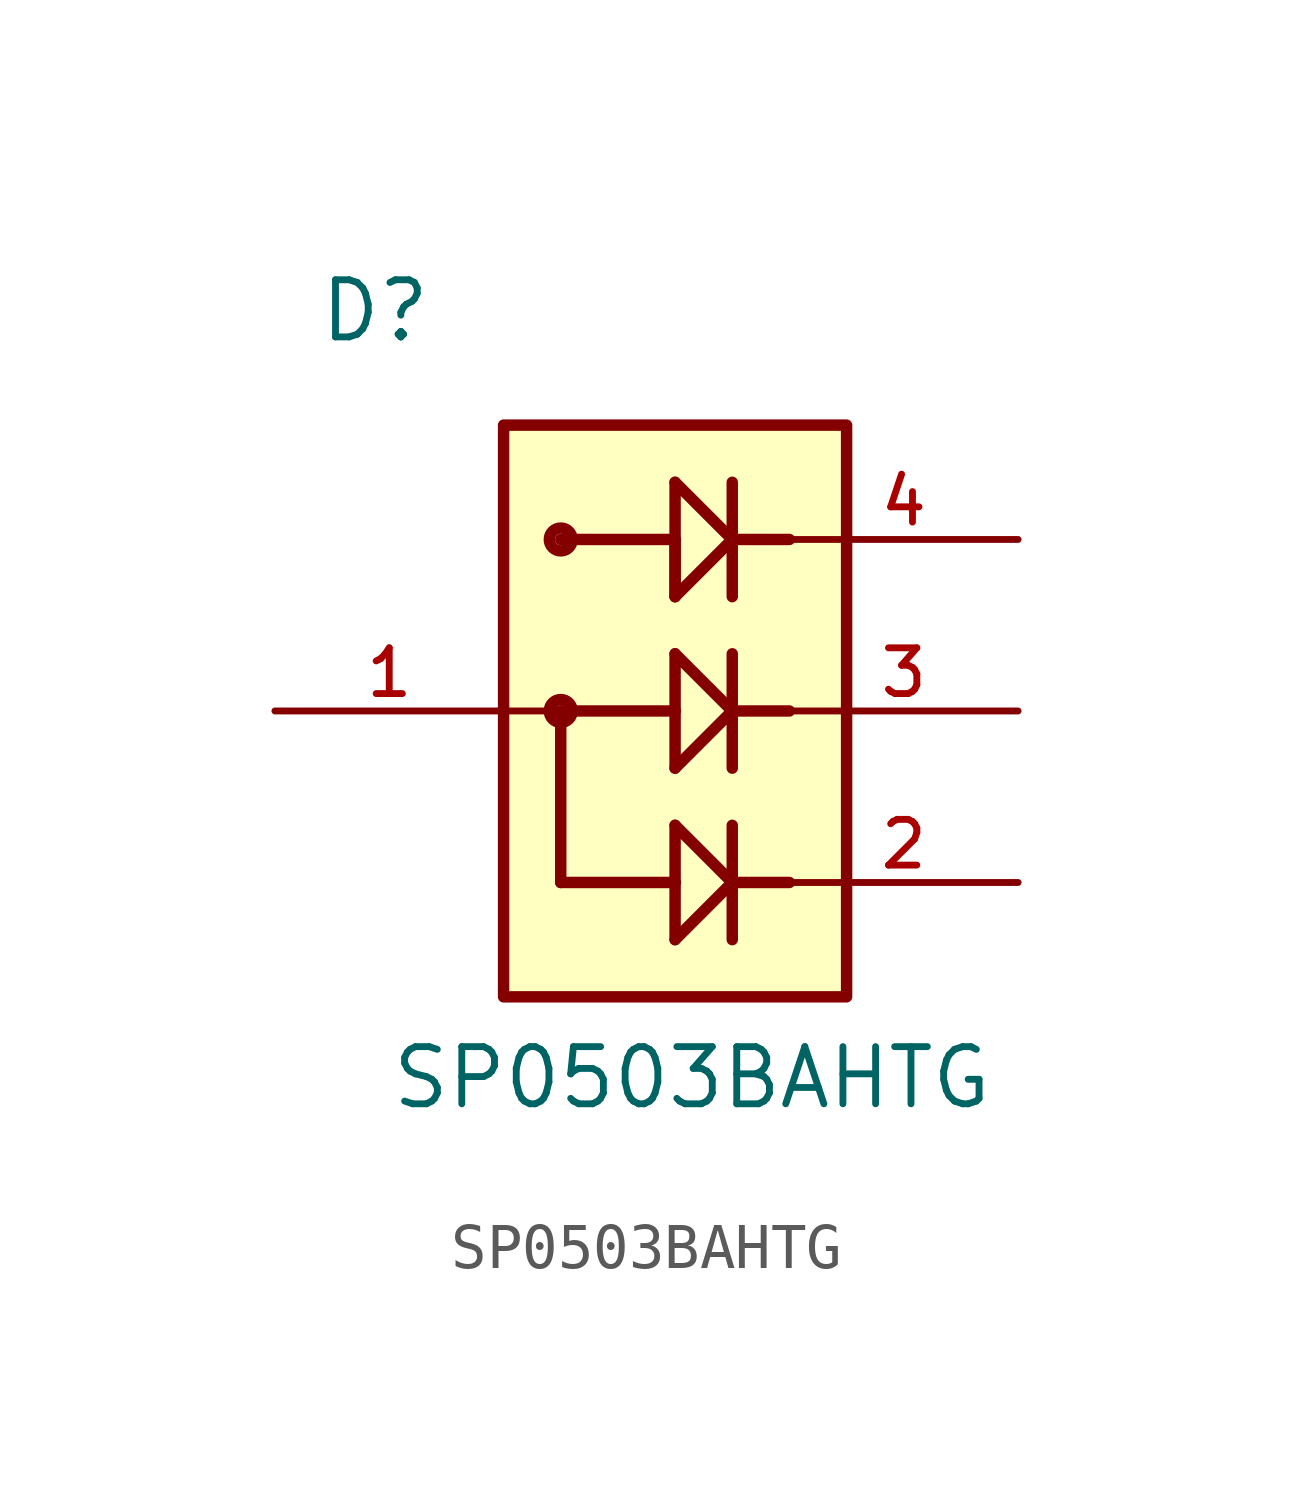
<source format=kicad_sym>
(kicad_symbol_lib
  (version 20211014)
  (generator kicad_symbol_editor)
  (symbol "SP0503BAHTG"
    (pin_names
      (offset 1.016))
    (property "Reference" "D"
      (at -5.406 5.606 0)
      (effects (font (size 1.27 1.27)) (justify left bottom)))
    (property "Value" "SP0503BAHTG"
      (at -3.81 -11.43 0)
      (effects (font (size 1.27 1.27)) (justify left bottom)))
    (symbol "SP0503BAHTG_0_0"
      (rectangle (start -1.27 3.81) (end 6.35 -8.89) (stroke (width 0.254) (type default) (color 0 0 0 0)) (fill (type background)))
      (circle (center 0 -2.54) (radius 0.254) (stroke (width 0.254) (type default) (color 0 0 0 0)) (fill (type none)))
      (polyline (pts (xy 0 -6.35) (xy 0 -2.54)) (stroke (width 0.254) (type default) (color 0 0 0 0)) (fill (type none)))
      (polyline (pts (xy 0 -6.35) (xy 2.54 -6.35)) (stroke (width 0.254) (type default) (color 0 0 0 0)) (fill (type none)))
      (polyline (pts (xy 0 -2.54) (xy 2.54 -2.54)) (stroke (width 0.254) (type default) (color 0 0 0 0)) (fill (type none)))
      (polyline (pts (xy 0 1.27) (xy 2.54 1.27)) (stroke (width 0.254) (type default) (color 0 0 0 0)) (fill (type none)))
      (polyline (pts (xy 2.54 -7.62) (xy 2.54 -6.35)) (stroke (width 0.254) (type default) (color 0 0 0 0)) (fill (type none)))
      (polyline (pts (xy 2.54 -6.35) (xy 2.54 -5.08)) (stroke (width 0.254) (type default) (color 0 0 0 0)) (fill (type none)))
      (polyline (pts (xy 2.54 -5.08) (xy 3.81 -6.35)) (stroke (width 0.254) (type default) (color 0 0 0 0)) (fill (type none)))
      (polyline (pts (xy 2.54 -3.81) (xy 3.81 -2.54)) (stroke (width 0.254) (type default) (color 0 0 0 0)) (fill (type none)))
      (polyline (pts (xy 2.54 -2.54) (xy 2.54 -3.81)) (stroke (width 0.254) (type default) (color 0 0 0 0)) (fill (type none)))
      (polyline (pts (xy 2.54 -2.54) (xy 2.54 -1.27)) (stroke (width 0.254) (type default) (color 0 0 0 0)) (fill (type none)))
      (polyline (pts (xy 2.54 0) (xy 2.54 2.54)) (stroke (width 0.254) (type default) (color 0 0 0 0)) (fill (type none)))
      (polyline (pts (xy 2.54 0) (xy 3.81 1.27)) (stroke (width 0.254) (type default) (color 0 0 0 0)) (fill (type none)))
      (polyline (pts (xy 2.54 1.27) (xy 2.54 0)) (stroke (width 0.254) (type default) (color 0 0 0 0)) (fill (type none)))
      (polyline (pts (xy 3.81 -6.35) (xy 2.54 -7.62)) (stroke (width 0.254) (type default) (color 0 0 0 0)) (fill (type none)))
      (polyline (pts (xy 3.81 -6.35) (xy 3.81 -7.62)) (stroke (width 0.254) (type default) (color 0 0 0 0)) (fill (type none)))
      (polyline (pts (xy 3.81 -6.35) (xy 3.81 -5.08)) (stroke (width 0.254) (type default) (color 0 0 0 0)) (fill (type none)))
      (polyline (pts (xy 3.81 -2.54) (xy 2.54 -1.27)) (stroke (width 0.254) (type default) (color 0 0 0 0)) (fill (type none)))
      (polyline (pts (xy 3.81 -2.54) (xy 3.81 -3.81)) (stroke (width 0.254) (type default) (color 0 0 0 0)) (fill (type none)))
      (polyline (pts (xy 3.81 -2.54) (xy 5.08 -2.54)) (stroke (width 0.254) (type default) (color 0 0 0 0)) (fill (type none)))
      (polyline (pts (xy 3.81 -1.27) (xy 3.81 -2.54)) (stroke (width 0.254) (type default) (color 0 0 0 0)) (fill (type none)))
      (polyline (pts (xy 3.81 1.27) (xy 2.54 2.54)) (stroke (width 0.254) (type default) (color 0 0 0 0)) (fill (type none)))
      (polyline (pts (xy 3.81 1.27) (xy 3.81 0)) (stroke (width 0.254) (type default) (color 0 0 0 0)) (fill (type none)))
      (polyline (pts (xy 3.81 1.27) (xy 5.08 1.27)) (stroke (width 0.254) (type default) (color 0 0 0 0)) (fill (type none)))
      (polyline (pts (xy 3.81 2.54) (xy 3.81 1.27)) (stroke (width 0.254) (type default) (color 0 0 0 0)) (fill (type none)))
      (polyline (pts (xy 5.08 -6.35) (xy 3.81 -6.35)) (stroke (width 0.254) (type default) (color 0 0 0 0)) (fill (type none)))
      (circle (center 0 1.27) (radius 0.254) (stroke (width 0.254) (type default) (color 0 0 0 0)) (fill (type none)))
      (pin passive line (at -6.35 -2.54 0) (length 5.08) (name "~" (effects (font (size 1.016 1.016)))) (number "1" (effects (font (size 1.016 1.016)))))
      (pin passive line (at 10.16 -6.35 180) (length 5.08) (name "~" (effects (font (size 1.016 1.016)))) (number "2" (effects (font (size 1.016 1.016)))))
      (pin passive line (at 10.16 -2.54 180) (length 5.08) (name "~" (effects (font (size 1.016 1.016)))) (number "3" (effects (font (size 1.016 1.016)))))
      (pin passive line (at 10.16 1.27 180) (length 5.08) (name "~" (effects (font (size 1.016 1.016)))) (number "4" (effects (font (size 1.016 1.016))))))
    (symbol "SP0503BAHTG_0_1"
      (polyline (pts (xy -1.27 -2.54) (xy 0 -2.54)) (stroke (width 0) (type default) (color 0 0 0 0)) (fill (type none))))))
</source>
